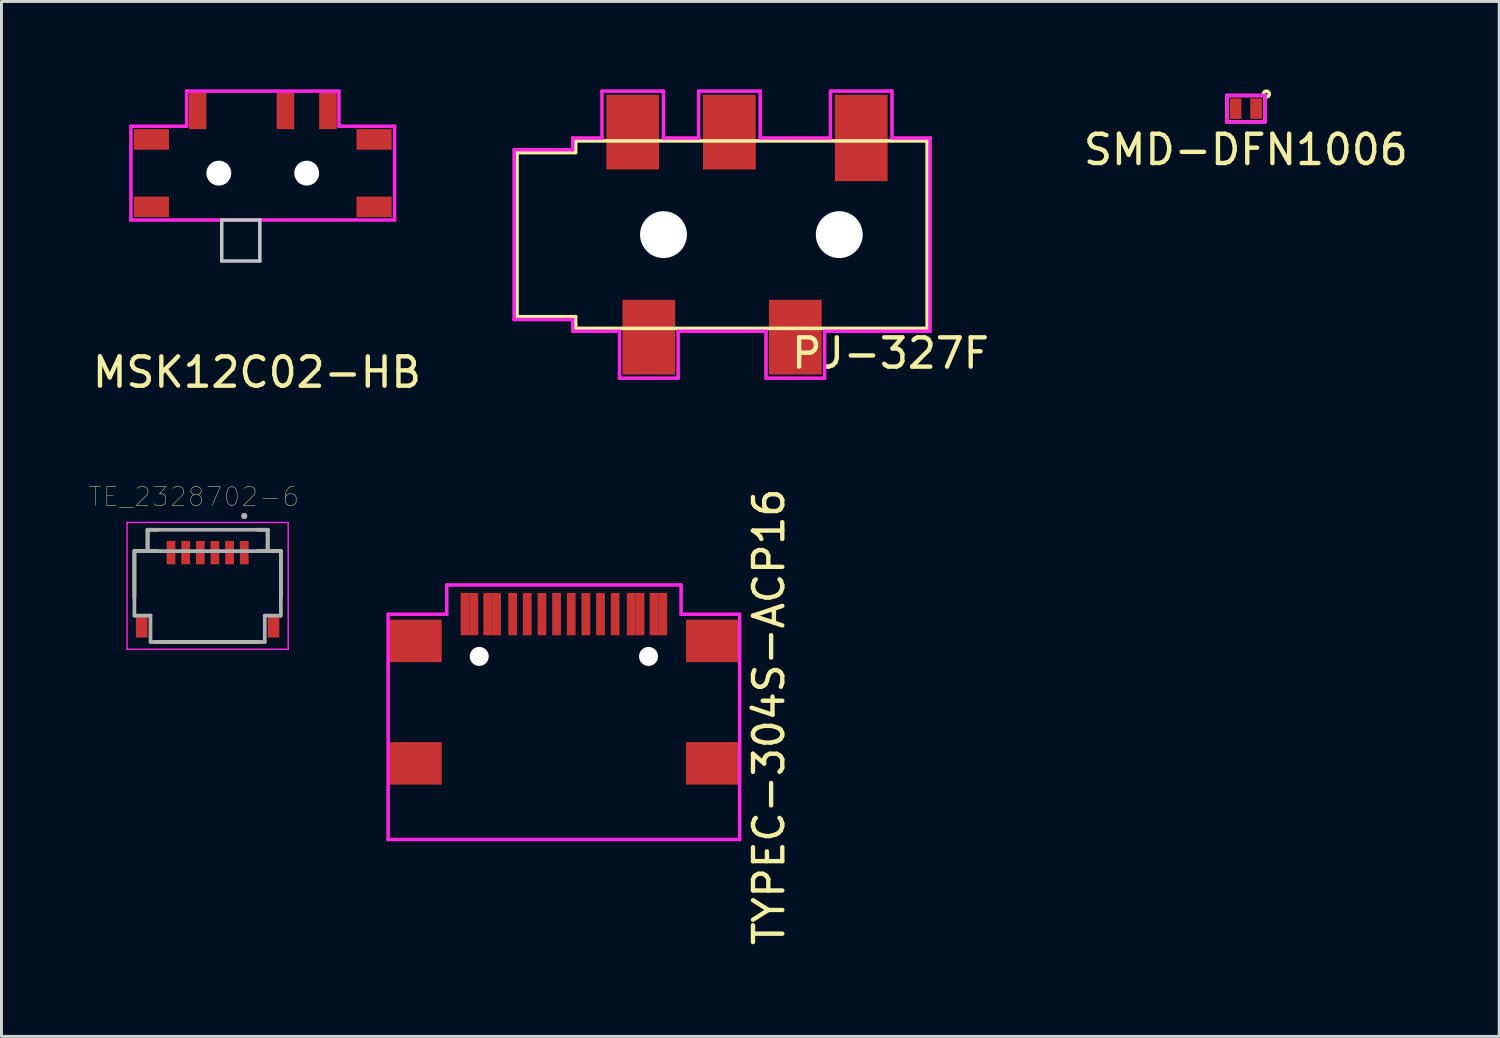
<source format=kicad_pcb>
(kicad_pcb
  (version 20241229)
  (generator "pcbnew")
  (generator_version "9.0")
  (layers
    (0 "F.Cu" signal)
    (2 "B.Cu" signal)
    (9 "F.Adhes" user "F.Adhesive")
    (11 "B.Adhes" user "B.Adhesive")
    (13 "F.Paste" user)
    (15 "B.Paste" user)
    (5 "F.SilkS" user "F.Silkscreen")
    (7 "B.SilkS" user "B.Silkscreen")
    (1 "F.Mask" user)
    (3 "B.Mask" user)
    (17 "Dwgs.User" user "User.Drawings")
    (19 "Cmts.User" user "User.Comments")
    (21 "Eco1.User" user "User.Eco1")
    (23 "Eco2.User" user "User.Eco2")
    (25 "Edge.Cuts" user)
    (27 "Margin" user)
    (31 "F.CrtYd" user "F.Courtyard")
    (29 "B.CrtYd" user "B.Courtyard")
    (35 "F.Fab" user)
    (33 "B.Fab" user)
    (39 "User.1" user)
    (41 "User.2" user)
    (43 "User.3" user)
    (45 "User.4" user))
  (footprint "SMD-DFN1006"
    (layer "F.Cu")
    (at 39.481 0.66)
    (property "Reference" "SMD-DFN1006" (at 0 1.4 0) (layer "F.SilkS") (effects (font (size 1 1) (thickness 0.15))))
    (attr smd)
    (fp_circle (center 0.7 -0.5) (end 0.8 -0.5) (stroke (width 0.12) (type solid)) (fill no) (layer "F.SilkS"))
    (fp_line (start -0.65 -0.45) (end 0.65 -0.45) (stroke (width 0.12) (type solid)) (layer "F.CrtYd"))
    (fp_line (start -0.65 0.45) (end -0.65 -0.45) (stroke (width 0.12) (type solid)) (layer "F.CrtYd"))
    (fp_line (start 0.65 -0.45) (end 0.65 0.45) (stroke (width 0.12) (type solid)) (layer "F.CrtYd"))
    (fp_line (start 0.65 0.45) (end -0.65 0.45) (stroke (width 0.12) (type solid)) (layer "F.CrtYd"))
    (fp_line (start -0.65 -0.45) (end 0.65 -0.45) (stroke (width 0.12) (type solid)) (layer "F.Fab"))
    (fp_line (start -0.65 0.45) (end -0.65 -0.45) (stroke (width 0.12) (type solid)) (layer "F.Fab"))
    (fp_line (start 0.65 -0.45) (end 0.65 0.45) (stroke (width 0.12) (type solid)) (layer "F.Fab"))
    (fp_line (start 0.65 0.45) (end -0.65 0.45) (stroke (width 0.12) (type solid)) (layer "F.Fab"))
    (pad "1" smd rect (at 0.35 0) (size 0.4 0.7) (layers "F.Cu" "F.Mask" "F.Paste"))
    (pad "2" smd rect (at -0.35 0) (size 0.4 0.7) (layers "F.Cu" "F.Mask" "F.Paste")))
  (footprint "TE_2328702-6"
    (layer "F.Cu")
    (at 4.038 15.815)
    (property "Reference" "TE_2328702-6" (at -0.468 -1.906 0) (layer "F.SilkS") (effects (font (size 0.64 0.64) (thickness 0.015))))
    (attr through_hole)
    (fp_line (start -2.5 -0.05) (end -2.5 1.53) (stroke (width 0.127) (type solid)) (layer "F.SilkS"))
    (fp_line (start -2.05 -0.78) (end -1.72 -0.78) (stroke (width 0.127) (type solid)) (layer "F.SilkS"))
    (fp_line (start -2.05 -0.05) (end -2.5 -0.05) (stroke (width 0.127) (type solid)) (layer "F.SilkS"))
    (fp_line (start -2.05 -0.05) (end -2.05 -0.78) (stroke (width 0.127) (type solid)) (layer "F.SilkS"))
    (fp_line (start -1.8 3.05) (end 1.8 3.05) (stroke (width 0.127) (type solid)) (layer "F.SilkS"))
    (fp_line (start -1.72 -0.05) (end -2.05 -0.05) (stroke (width 0.127) (type solid)) (layer "F.SilkS"))
    (fp_line (start 1.72 -0.05) (end 2.05 -0.05) (stroke (width 0.127) (type solid)) (layer "F.SilkS"))
    (fp_line (start 2.05 -0.78) (end 1.72 -0.78) (stroke (width 0.127) (type solid)) (layer "F.SilkS"))
    (fp_line (start 2.05 -0.05) (end 2.05 -0.78) (stroke (width 0.127) (type solid)) (layer "F.SilkS"))
    (fp_line (start 2.05 -0.05) (end 2.5 -0.05) (stroke (width 0.127) (type solid)) (layer "F.SilkS"))
    (fp_line (start 2.5 -0.05) (end 2.5 1.53) (stroke (width 0.127) (type solid)) (layer "F.SilkS"))
    (fp_circle (center 1.25 -1.25) (end 1.3 -1.25) (stroke (width 0.1) (type solid)) (fill no) (layer "F.SilkS"))
    (fp_line (start -2.75 -1.03) (end 2.75 -1.03) (stroke (width 0.05) (type solid)) (layer "F.CrtYd"))
    (fp_line (start -2.75 3.3) (end -2.75 -1.03) (stroke (width 0.05) (type solid)) (layer "F.CrtYd"))
    (fp_line (start 2.75 -1.03) (end 2.75 3.3) (stroke (width 0.05) (type solid)) (layer "F.CrtYd"))
    (fp_line (start 2.75 3.3) (end -2.75 3.3) (stroke (width 0.05) (type solid)) (layer "F.CrtYd"))
    (fp_line (start -2.5 -0.05) (end -2.05 -0.05) (stroke (width 0.127) (type solid)) (layer "F.Fab"))
    (fp_line (start -2.5 2.15) (end -2.5 -0.05) (stroke (width 0.127) (type solid)) (layer "F.Fab"))
    (fp_line (start -2.05 -0.78) (end 2.05 -0.78) (stroke (width 0.127) (type solid)) (layer "F.Fab"))
    (fp_line (start -2.05 -0.05) (end -2.05 -0.78) (stroke (width 0.127) (type solid)) (layer "F.Fab"))
    (fp_line (start -2.05 -0.05) (end 2.05 -0.05) (stroke (width 0.127) (type solid)) (layer "F.Fab"))
    (fp_line (start -1.95 2.15) (end -2.5 2.15) (stroke (width 0.127) (type solid)) (layer "F.Fab"))
    (fp_line (start -1.95 3.05) (end -1.95 2.15) (stroke (width 0.127) (type solid)) (layer "F.Fab"))
    (fp_line (start 1.95 2.15) (end 1.95 3.05) (stroke (width 0.127) (type solid)) (layer "F.Fab"))
    (fp_line (start 1.95 3.05) (end -1.95 3.05) (stroke (width 0.127) (type solid)) (layer "F.Fab"))
    (fp_line (start 2.05 -0.78) (end 2.05 -0.05) (stroke (width 0.127) (type solid)) (layer "F.Fab"))
    (fp_line (start 2.05 -0.05) (end 2.5 -0.05) (stroke (width 0.127) (type solid)) (layer "F.Fab"))
    (fp_line (start 2.5 -0.05) (end 2.5 2.15) (stroke (width 0.127) (type solid)) (layer "F.Fab"))
    (fp_line (start 2.5 2.15) (end 1.95 2.15) (stroke (width 0.127) (type solid)) (layer "F.Fab"))
    (fp_circle (center 1.25 -1.25) (end 1.3 -1.25) (stroke (width 0.1) (type solid)) (fill no) (layer "F.Fab"))
    (pad "1" smd rect (at 1.25 0) (size 0.3 0.8) (layers "F.Cu" "F.Mask" "F.Paste"))
    (pad "2" smd rect (at 0.75 0) (size 0.3 0.8) (layers "F.Cu" "F.Mask" "F.Paste"))
    (pad "3" smd rect (at 0.25 0) (size 0.3 0.8) (layers "F.Cu" "F.Mask" "F.Paste"))
    (pad "4" smd rect (at -0.25 0) (size 0.3 0.8) (layers "F.Cu" "F.Mask" "F.Paste"))
    (pad "5" smd rect (at -0.75 0) (size 0.3 0.8) (layers "F.Cu" "F.Mask" "F.Paste"))
    (pad "6" smd rect (at -1.25 0) (size 0.3 0.8) (layers "F.Cu" "F.Mask" "F.Paste"))
    (pad "S1" smd rect (at 2.25 2.5) (size 0.4 0.8) (layers "F.Cu" "F.Mask" "F.Paste"))
    (pad "S2" smd rect (at -2.25 2.5) (size 0.4 0.8) (layers "F.Cu" "F.Mask" "F.Paste")))
  (footprint "TYPEC-304S-ACP16"
    (layer "F.Cu")
    (at 16.2 21.419)
    (property "Reference" "TYPEC-304S-ACP16" (at 7 0 90) (layer "F.SilkS") (effects (font (size 1 1) (thickness 0.15))))
    (attr smd)
    (fp_line (start -6 -3.5) (end -4 -3.5) (stroke (width 0.12) (type solid)) (layer "F.CrtYd"))
    (fp_line (start -6 4.19) (end -6 -3.5) (stroke (width 0.12) (type solid)) (layer "F.CrtYd"))
    (fp_line (start -4 -4.5) (end 4 -4.5) (stroke (width 0.12) (type solid)) (layer "F.CrtYd"))
    (fp_line (start -4 -3.5) (end -4 -4.5) (stroke (width 0.12) (type solid)) (layer "F.CrtYd"))
    (fp_line (start 4 -4.5) (end 4 -3.5) (stroke (width 0.12) (type solid)) (layer "F.CrtYd"))
    (fp_line (start 4 -3.5) (end 6 -3.5) (stroke (width 0.12) (type solid)) (layer "F.CrtYd"))
    (fp_line (start 6 -3.5) (end 6 4.19) (stroke (width 0.12) (type solid)) (layer "F.CrtYd"))
    (fp_line (start 6 4.19) (end -6 4.19) (stroke (width 0.12) (type solid)) (layer "F.CrtYd"))
    (pad "" np_thru_hole circle (at -2.89 -2.06) (size 0.65 0.65) (drill 0.65) (layers "*.Cu" "*.Mask"))
    (pad "" np_thru_hole circle (at 2.89 -2.06) (size 0.65 0.65) (drill 0.65) (layers "*.Cu" "*.Mask"))
    (pad "A1" smd rect (at -3.375 -3.505) (size 0.3 1.45) (layers "F.Cu" "F.Mask" "F.Paste"))
    (pad "A4" smd rect (at -2.6 -3.505) (size 0.3 1.45) (layers "F.Cu" "F.Mask" "F.Paste"))
    (pad "A5" smd rect (at -1.25 -3.505) (size 0.3 1.45) (layers "F.Cu" "F.Mask" "F.Paste"))
    (pad "A6" smd rect (at -0.25 -3.505) (size 0.3 1.45) (layers "F.Cu" "F.Mask" "F.Paste"))
    (pad "A7" smd rect (at 0.25 -3.505) (size 0.3 1.45) (layers "F.Cu" "F.Mask" "F.Paste"))
    (pad "A8" smd rect (at 1.25 -3.505) (size 0.3 1.45) (layers "F.Cu" "F.Mask" "F.Paste"))
    (pad "A9" smd rect (at 2.6 -3.505) (size 0.3 1.45) (layers "F.Cu" "F.Mask" "F.Paste"))
    (pad "A12" smd rect (at 3.375 -3.505) (size 0.3 1.45) (layers "F.Cu" "F.Mask" "F.Paste"))
    (pad "B1" smd rect (at 3.075 -3.505) (size 0.3 1.45) (layers "F.Cu" "F.Mask" "F.Paste"))
    (pad "B4" smd rect (at 2.3 -3.505) (size 0.3 1.45) (layers "F.Cu" "F.Mask" "F.Paste"))
    (pad "B5" smd rect (at 1.75 -3.505) (size 0.3 1.45) (layers "F.Cu" "F.Mask" "F.Paste"))
    (pad "B6" smd rect (at 0.75 -3.505) (size 0.3 1.45) (layers "F.Cu" "F.Mask" "F.Paste"))
    (pad "B7" smd rect (at -0.75 -3.505) (size 0.3 1.45) (layers "F.Cu" "F.Mask" "F.Paste"))
    (pad "B8" smd rect (at -1.75 -3.505) (size 0.3 1.45) (layers "F.Cu" "F.Mask" "F.Paste"))
    (pad "B9" smd rect (at -2.3 -3.505) (size 0.3 1.45) (layers "F.Cu" "F.Mask" "F.Paste"))
    (pad "B12" smd rect (at -3.075 -3.505) (size 0.3 1.45) (layers "F.Cu" "F.Mask" "F.Paste"))
    (pad "S1" smd rect (at -5.07 -2.59) (size 1.8 1.45) (layers "F.Cu" "F.Mask" "F.Paste"))
    (pad "S1" smd rect (at -5.07 1.59) (size 1.8 1.45) (layers "F.Cu" "F.Mask" "F.Paste"))
    (pad "S1" smd rect (at 5.07 -2.59) (size 1.8 1.45) (layers "F.Cu" "F.Mask" "F.Paste"))
    (pad "S1" smd rect (at 5.07 1.59) (size 1.8 1.45) (layers "F.Cu" "F.Mask" "F.Paste")))
  (footprint "MSK12C02-HB"
    (layer "F.Cu")
    (at 5.92 2.86)
    (property "Reference" "MSK12C02-HB" (at -0.2 6.8 0) (layer "F.SilkS") (effects (font (size 1 1) (thickness 0.15))))
    (attr smd)
    (fp_line (start -1.4 1.6) (end -1.4 3) (stroke (width 0.12) (type solid)) (layer "Dwgs.User"))
    (fp_line (start -1.4 3) (end -0.1 3) (stroke (width 0.12) (type solid)) (layer "Dwgs.User"))
    (fp_line (start -0.1 1.6) (end -1.4 1.6) (stroke (width 0.12) (type solid)) (layer "Dwgs.User"))
    (fp_line (start -0.1 3) (end -0.1 1.6) (stroke (width 0.12) (type solid)) (layer "Dwgs.User"))
    (fp_line (start -4.5 -1.6) (end -4.5 1.6) (stroke (width 0.12) (type solid)) (layer "F.CrtYd"))
    (fp_line (start -4.5 1.6) (end 4.5 1.6) (stroke (width 0.12) (type solid)) (layer "F.CrtYd"))
    (fp_line (start -2.6 -2.8) (end -2.6 -1.6) (stroke (width 0.12) (type solid)) (layer "F.CrtYd"))
    (fp_line (start -2.6 -1.6) (end -4.5 -1.6) (stroke (width 0.12) (type solid)) (layer "F.CrtYd"))
    (fp_line (start 2.6 -2.8) (end -2.6 -2.8) (stroke (width 0.12) (type solid)) (layer "F.CrtYd"))
    (fp_line (start 2.6 -1.6) (end 2.6 -2.8) (stroke (width 0.12) (type solid)) (layer "F.CrtYd"))
    (fp_line (start 4.5 -1.6) (end 2.6 -1.6) (stroke (width 0.12) (type solid)) (layer "F.CrtYd"))
    (fp_line (start 4.5 1.6) (end 4.5 -1.6) (stroke (width 0.12) (type solid)) (layer "F.CrtYd"))
    (pad "" smd rect (at -3.8 -1.15) (size 1.2 0.7) (layers "F.Cu" "F.Mask" "F.Paste"))
    (pad "" smd rect (at -3.8 1.15) (size 1.2 0.7) (layers "F.Cu" "F.Mask" "F.Paste"))
    (pad "" np_thru_hole circle (at -1.5 0) (size 0.85 0.85) (drill 0.85) (layers "*.Cu" "*.Mask"))
    (pad "" np_thru_hole circle (at 1.5 0) (size 0.85 0.85) (drill 0.85) (layers "*.Cu" "*.Mask"))
    (pad "" smd rect (at 3.8 -1.15) (size 1.2 0.7) (layers "F.Cu" "F.Mask" "F.Paste"))
    (pad "" smd rect (at 3.8 1.15) (size 1.2 0.7) (layers "F.Cu" "F.Mask" "F.Paste"))
    (pad "1" smd rect (at 2.225 -2.125) (size 0.6 1.25) (layers "F.Cu" "F.Mask" "F.Paste"))
    (pad "2" smd rect (at 0.775 -2.125) (size 0.6 1.25) (layers "F.Cu" "F.Mask" "F.Paste"))
    (pad "3" smd rect (at -2.225 -2.125) (size 0.6 1.25) (layers "F.Cu" "F.Mask" "F.Paste")))
  (footprint "PJ-327F"
    (layer "F.Cu")
    (at 22.6 4.96)
    (property "Reference" "PJ-327F" (at 4.75 4.05 0) (layer "F.SilkS") (effects (font (size 1 1) (thickness 0.15))))
    (attr smd)
    (fp_line (start -8 -2.8) (end -8 2.8) (stroke (width 0.12) (type solid)) (layer "F.SilkS"))
    (fp_line (start -8 2.8) (end -6 2.8) (stroke (width 0.12) (type solid)) (layer "F.SilkS"))
    (fp_line (start -6 -3.2) (end 6 -3.2) (stroke (width 0.12) (type solid)) (layer "F.SilkS"))
    (fp_line (start -6 -2.8) (end -8 -2.8) (stroke (width 0.12) (type solid)) (layer "F.SilkS"))
    (fp_line (start -6 -2.8) (end -6 -3.2) (stroke (width 0.12) (type solid)) (layer "F.SilkS"))
    (fp_line (start -6 3.2) (end -6 2.8) (stroke (width 0.12) (type solid)) (layer "F.SilkS"))
    (fp_line (start 6 -3.2) (end 6 3.2) (stroke (width 0.12) (type solid)) (layer "F.SilkS"))
    (fp_line (start 6 3.2) (end -6 3.2) (stroke (width 0.12) (type solid)) (layer "F.SilkS"))
    (fp_line (start -8.1 -2.9) (end -8.1 2.9) (stroke (width 0.12) (type solid)) (layer "F.CrtYd"))
    (fp_line (start -8.1 2.9) (end -6.1 2.9) (stroke (width 0.12) (type solid)) (layer "F.CrtYd"))
    (fp_line (start -6.1 -3.3) (end -6.1 -2.9) (stroke (width 0.12) (type solid)) (layer "F.CrtYd"))
    (fp_line (start -6.1 -2.9) (end -8.1 -2.9) (stroke (width 0.12) (type solid)) (layer "F.CrtYd"))
    (fp_line (start -6.1 2.9) (end -6.1 3.3) (stroke (width 0.12) (type solid)) (layer "F.CrtYd"))
    (fp_line (start -6.1 3.3) (end -4.5 3.3) (stroke (width 0.12) (type solid)) (layer "F.CrtYd"))
    (fp_line (start -5.1 -4.9) (end -5.1 -3.3) (stroke (width 0.12) (type solid)) (layer "F.CrtYd"))
    (fp_line (start -5.1 -3.3) (end -6.1 -3.3) (stroke (width 0.12) (type solid)) (layer "F.CrtYd"))
    (fp_line (start -4.5 3.3) (end -4.5 4.9) (stroke (width 0.12) (type solid)) (layer "F.CrtYd"))
    (fp_line (start -4.5 4.9) (end -2.5 4.9) (stroke (width 0.12) (type solid)) (layer "F.CrtYd"))
    (fp_line (start -3 -4.9) (end -5.1 -4.9) (stroke (width 0.12) (type solid)) (layer "F.CrtYd"))
    (fp_line (start -3 -3.3) (end -3 -4.9) (stroke (width 0.12) (type solid)) (layer "F.CrtYd"))
    (fp_line (start -2.5 3.3) (end 0.5 3.3) (stroke (width 0.12) (type solid)) (layer "F.CrtYd"))
    (fp_line (start -2.5 4.9) (end -2.5 3.3) (stroke (width 0.12) (type solid)) (layer "F.CrtYd"))
    (fp_line (start -1.8 -4.9) (end -1.8 -3.3) (stroke (width 0.12) (type solid)) (layer "F.CrtYd"))
    (fp_line (start -1.8 -3.3) (end -3 -3.3) (stroke (width 0.12) (type solid)) (layer "F.CrtYd"))
    (fp_line (start 0.3 -4.9) (end -1.8 -4.9) (stroke (width 0.12) (type solid)) (layer "F.CrtYd"))
    (fp_line (start 0.3 -3.3) (end 0.3 -4.9) (stroke (width 0.12) (type solid)) (layer "F.CrtYd"))
    (fp_line (start 0.5 3.3) (end 0.5 4.9) (stroke (width 0.12) (type solid)) (layer "F.CrtYd"))
    (fp_line (start 0.5 4.9) (end 2.5 4.9) (stroke (width 0.12) (type solid)) (layer "F.CrtYd"))
    (fp_line (start 2.5 3.3) (end 6.1 3.3) (stroke (width 0.12) (type solid)) (layer "F.CrtYd"))
    (fp_line (start 2.5 4.9) (end 2.5 3.3) (stroke (width 0.12) (type solid)) (layer "F.CrtYd"))
    (fp_line (start 2.7 -4.9) (end 2.7 -3.3) (stroke (width 0.12) (type solid)) (layer "F.CrtYd"))
    (fp_line (start 2.7 -3.3) (end 0.3 -3.3) (stroke (width 0.12) (type solid)) (layer "F.CrtYd"))
    (fp_line (start 4.8 -4.9) (end 2.7 -4.9) (stroke (width 0.12) (type solid)) (layer "F.CrtYd"))
    (fp_line (start 4.8 -3.3) (end 4.8 -4.9) (stroke (width 0.12) (type solid)) (layer "F.CrtYd"))
    (fp_line (start 6.1 -3.3) (end 4.8 -3.3) (stroke (width 0.12) (type solid)) (layer "F.CrtYd"))
    (fp_line (start 6.1 3.3) (end 6.1 -3.3) (stroke (width 0.12) (type solid)) (layer "F.CrtYd"))
    (pad "" np_thru_hole circle (at -3 0) (size 1.6 1.6) (drill 1.6) (layers "*.Cu" "*.Mask"))
    (pad "" np_thru_hole circle (at 3 0) (size 1.6 1.6) (drill 1.6) (layers "*.Cu" "*.Mask"))
    (pad "R" smd rect (at 1.5 3.5) (size 1.8 2.55) (layers "F.Cu" "F.Mask" "F.Paste"))
    (pad "R2" smd rect (at -0.75 -3.5) (size 1.8 2.55) (layers "F.Cu" "F.Mask" "F.Paste"))
    (pad "S" smd rect (at -4.05 -3.5) (size 1.8 2.55) (layers "F.Cu" "F.Mask" "F.Paste"))
    (pad "S" smd rect (at -3.5 3.5) (size 1.8 2.55) (layers "F.Cu" "F.Mask" "F.Paste"))
    (pad "T" smd rect (at 3.75 -3.3) (size 1.8 2.95) (layers "F.Cu" "F.Mask" "F.Paste")))
  (gr_rect
    (start -3 -3)
    (end 48.13 32.33)
    (stroke (width 0.1) (type default))
    (fill no)
    (layer "Edge.Cuts")))
</source>
